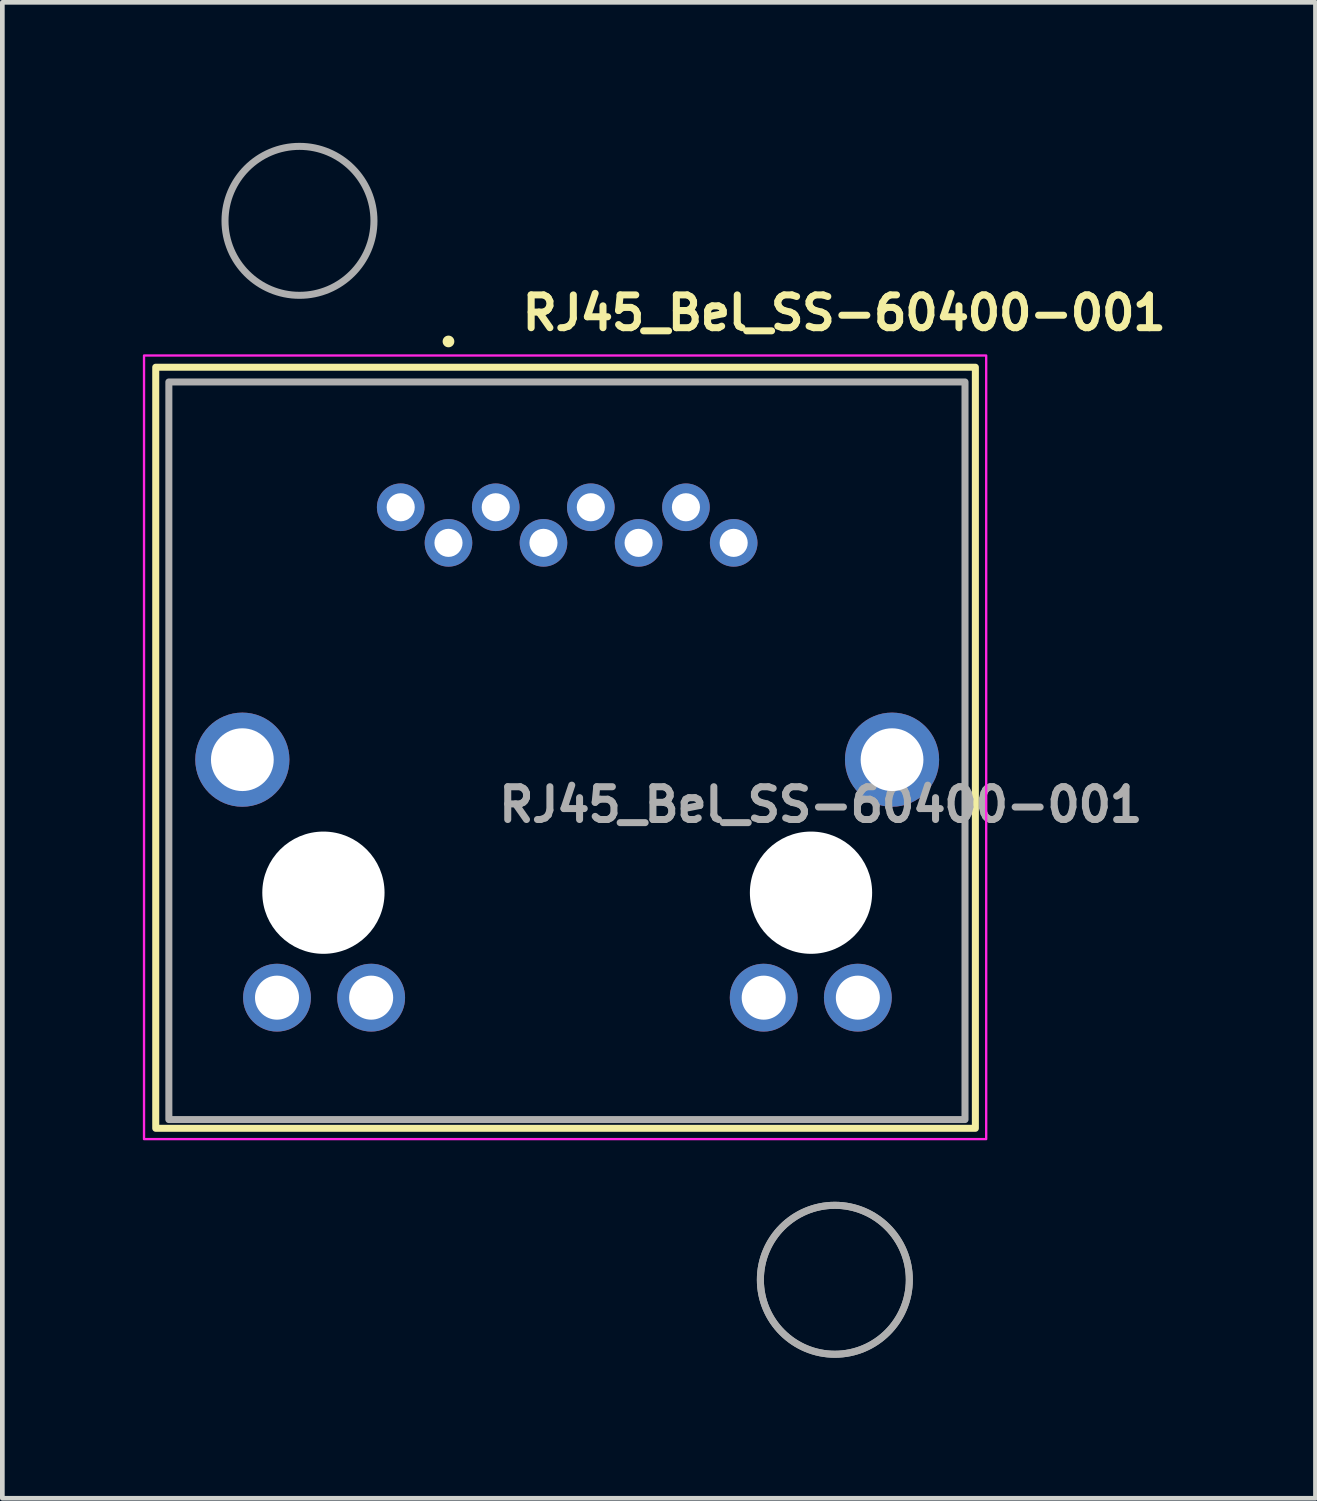
<source format=kicad_pcb>
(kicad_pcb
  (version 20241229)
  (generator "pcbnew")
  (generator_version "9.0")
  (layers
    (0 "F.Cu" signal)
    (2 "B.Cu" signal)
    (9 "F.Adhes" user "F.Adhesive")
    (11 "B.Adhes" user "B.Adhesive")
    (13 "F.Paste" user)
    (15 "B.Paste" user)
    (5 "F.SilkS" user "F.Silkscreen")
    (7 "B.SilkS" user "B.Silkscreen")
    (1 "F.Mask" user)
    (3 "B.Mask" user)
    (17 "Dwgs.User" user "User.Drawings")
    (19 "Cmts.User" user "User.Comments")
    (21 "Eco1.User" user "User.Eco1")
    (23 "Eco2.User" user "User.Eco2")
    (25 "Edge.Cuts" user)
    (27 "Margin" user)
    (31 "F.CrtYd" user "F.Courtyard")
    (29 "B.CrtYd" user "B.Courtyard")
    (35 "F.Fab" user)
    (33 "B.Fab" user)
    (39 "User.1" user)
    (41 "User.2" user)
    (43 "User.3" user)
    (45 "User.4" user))
  (footprint "RJ45_Bel_SS-60400-001"
    (layer "F.Cu")
    (at 6.525 8.54)
    (property "Reference" "RJ45_Bel_SS-60400-001" (at 1.5 -4.5 0) (unlocked yes) (layer "F.SilkS") (effects (font (size 0.7 0.7) (thickness 0.15)) (justify left bottom)))
    (attr through_hole)
    (fp_rect (start 11.249 12.499) (end -6.25 -3.75) (stroke (width 0.15) (type solid)) (fill no) (layer "F.SilkS"))
    (fp_circle (center 0 -4.3) (end 0.05 -4.3) (stroke (width 0.15) (type solid)) (fill yes) (layer "F.SilkS"))
    (fp_rect (start -6.5 -4) (end 11.48 12.73) (stroke (width 0.05) (type solid)) (fill no) (layer "F.CrtYd"))
    (fp_rect (start -5.97 -3.435) (end 11.028 12.313) (stroke (width 0.15) (type solid)) (fill no) (layer "F.Fab"))
    (fp_circle (center -3.181 -6.875) (end -1.591 -6.875) (stroke (width 0.15) (type solid)) (fill no) (layer "F.Fab"))
    (fp_circle (center 8.249 15.733) (end 9.839 15.733) (stroke (width 0.15) (type solid)) (fill no) (layer "F.Fab"))
    (fp_circle (center 8.249 15.733) (end 9.839 15.733) (stroke (width 0.15) (type solid)) (fill no) (layer "F.Fab"))
    (fp_text user "${REFERENCE}" (at 1 6 0) (unlocked yes) (layer "F.Fab") (effects (font (size 0.7 0.7) (thickness 0.15)) (justify left bottom)))
    (pad "" np_thru_hole circle (at -2.67 7.469) (size 2.61 2.61) (drill 2.61) (layers "*.Cu" "*.Mask"))
    (pad "" np_thru_hole circle (at 7.74 7.469) (size 2.61 2.61) (drill 2.61) (layers "*.Cu" "*.Mask"))
    (pad "1" thru_hole circle (at 0 0) (size 1.016 1.016) (drill 0.6) (layers "*.Cu" "*.Mask"))
    (pad "2" thru_hole circle (at -1.02 -0.76) (size 1.016 1.016) (drill 0.6) (layers "*.Cu" "*.Mask"))
    (pad "3" thru_hole circle (at 1.009 -0.76) (size 1.016 1.016) (drill 0.6) (layers "*.Cu" "*.Mask"))
    (pad "4" thru_hole circle (at 3.039 -0.76) (size 1.016 1.016) (drill 0.6) (layers "*.Cu" "*.Mask"))
    (pad "5" thru_hole circle (at 2.028 0) (size 1.016 1.016) (drill 0.6) (layers "*.Cu" "*.Mask"))
    (pad "6" thru_hole circle (at 4.059 0) (size 1.016 1.016) (drill 0.6) (layers "*.Cu" "*.Mask"))
    (pad "7" thru_hole circle (at 6.089 0) (size 1.016 1.016) (drill 0.6) (layers "*.Cu" "*.Mask"))
    (pad "8" thru_hole circle (at 5.07 -0.76) (size 1.016 1.016) (drill 0.6) (layers "*.Cu" "*.Mask"))
    (pad "9" thru_hole circle (at 8.74 9.71) (size 1.448 1.448) (drill 0.94) (layers "*.Cu" "*.Mask"))
    (pad "10" thru_hole circle (at 6.73 9.71) (size 1.448 1.448) (drill 0.94) (layers "*.Cu" "*.Mask"))
    (pad "11" thru_hole circle (at -1.651 9.71) (size 1.448 1.448) (drill 0.94) (layers "*.Cu" "*.Mask"))
    (pad "12" thru_hole circle (at -3.661 9.71) (size 1.448 1.448) (drill 0.94) (layers "*.Cu" "*.Mask"))
    (pad "SH" thru_hole circle (at -4.401 4.629) (size 2.01 2.01) (drill 1.34) (layers "*.Cu" "*.Mask"))
    (pad "SH" thru_hole circle (at 9.47 4.629) (size 2.01 2.01) (drill 1.34) (layers "*.Cu" "*.Mask")))
  (gr_rect
    (start -3 -3)
    (end 25.035 28.938)
    (stroke (width 0.1) (type default))
    (fill no)
    (layer "Edge.Cuts")))
</source>
